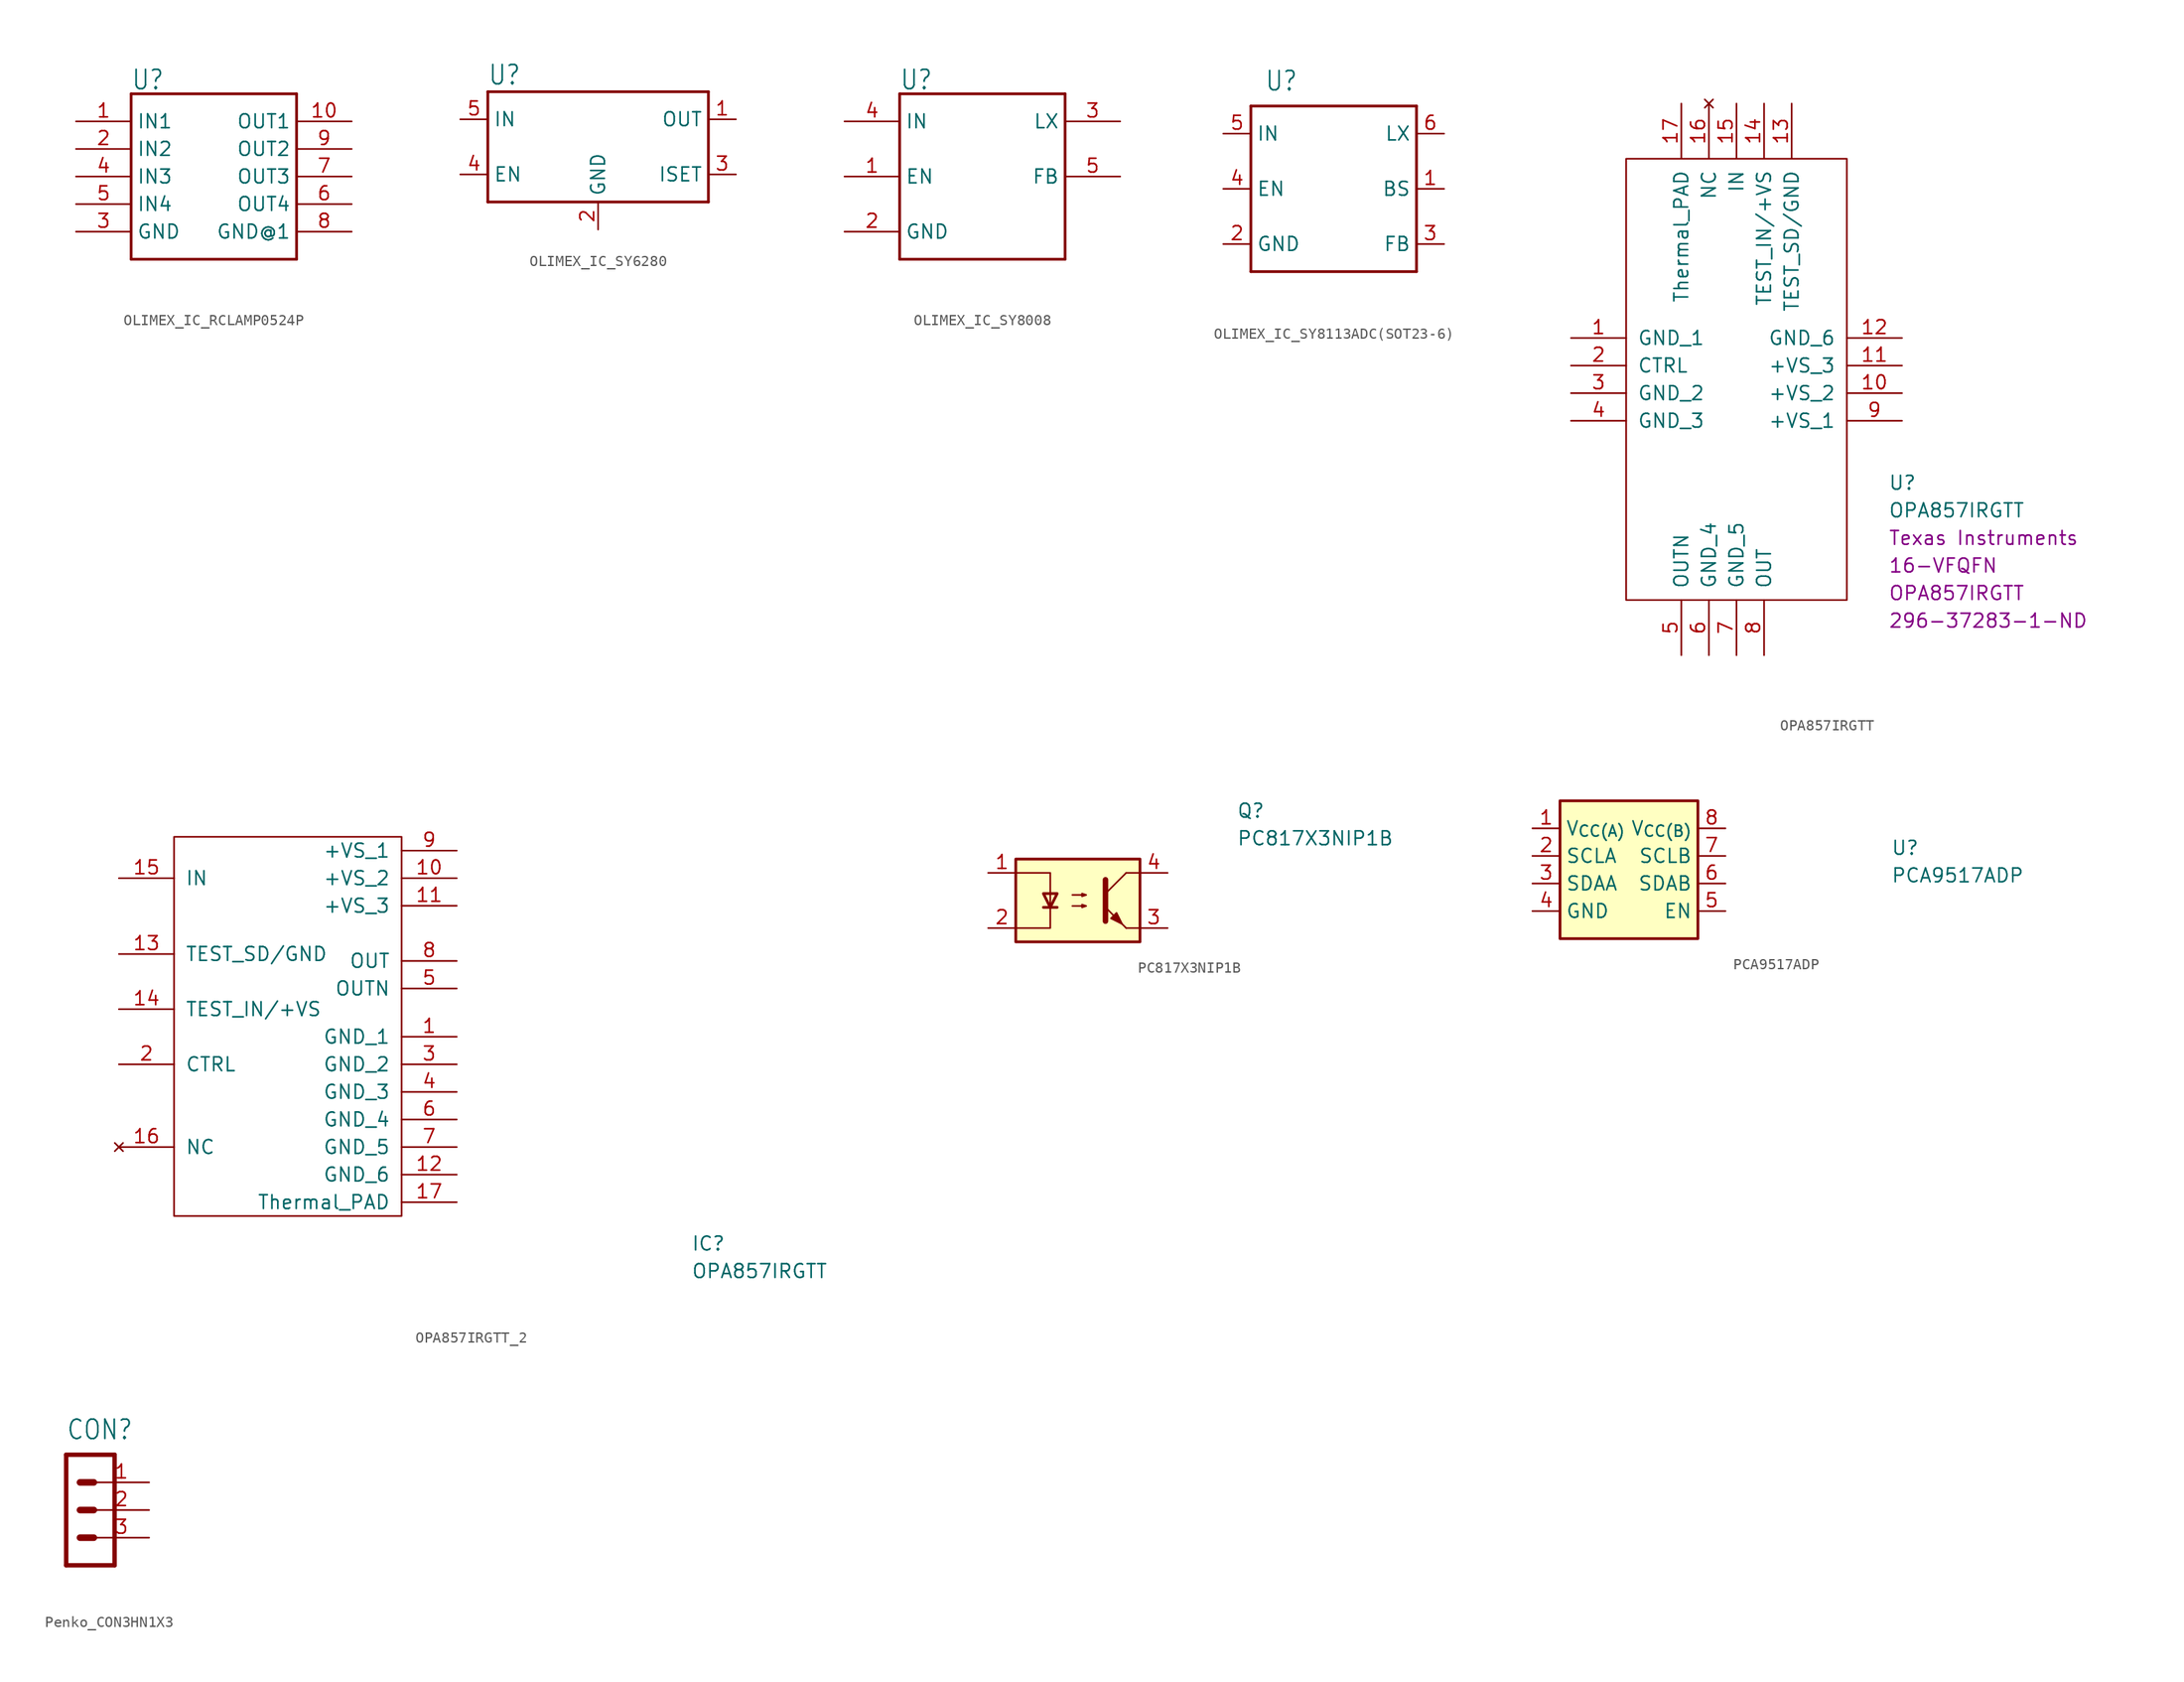
<source format=kicad_sym>
(kicad_symbol_lib
  (version 20231120)
  (generator "kicad_symbol_editor")
  (generator_version "8.0")
  (symbol "OLIMEX_IC_RCLAMP0524P"
    (property "Reference" "U"
      (at -7.62 7.874 0)
      (effects (font (size 1.778 1.511)) (justify left bottom)))
    (property "Value" ""
      (at -7.62 -10.16 0)
      (effects (font (size 1.778 1.511)) (justify left bottom)))
    (property "ki_locked" ""
      (at 0 0 0)
      (effects (font (size 1.27 1.27))))
    (symbol "OLIMEX_IC_RCLAMP0524P_1_0"
      (polyline (pts (xy -7.62 -7.62) (xy 7.62 -7.62)) (stroke (width 0.254) (type solid)) (fill (type none)))
      (polyline (pts (xy -7.62 7.62) (xy -7.62 -7.62)) (stroke (width 0.254) (type solid)) (fill (type none)))
      (polyline (pts (xy 7.62 -7.62) (xy 7.62 7.62)) (stroke (width 0.254) (type solid)) (fill (type none)))
      (polyline (pts (xy 7.62 7.62) (xy -7.62 7.62)) (stroke (width 0.254) (type solid)) (fill (type none)))
      (pin bidirectional line (at -12.7 5.08 0) (length 5.08) (name "IN1" (effects (font (size 1.27 1.27)))) (number "1" (effects (font (size 1.27 1.27)))))
      (pin bidirectional line (at 12.7 5.08 180) (length 5.08) (name "OUT1" (effects (font (size 1.27 1.27)))) (number "10" (effects (font (size 1.27 1.27)))))
      (pin bidirectional line (at -12.7 2.54 0) (length 5.08) (name "IN2" (effects (font (size 1.27 1.27)))) (number "2" (effects (font (size 1.27 1.27)))))
      (pin bidirectional line (at -12.7 -5.08 0) (length 5.08) (name "GND" (effects (font (size 1.27 1.27)))) (number "3" (effects (font (size 1.27 1.27)))))
      (pin bidirectional line (at -12.7 0 0) (length 5.08) (name "IN3" (effects (font (size 1.27 1.27)))) (number "4" (effects (font (size 1.27 1.27)))))
      (pin bidirectional line (at -12.7 -2.54 0) (length 5.08) (name "IN4" (effects (font (size 1.27 1.27)))) (number "5" (effects (font (size 1.27 1.27)))))
      (pin bidirectional line (at 12.7 -2.54 180) (length 5.08) (name "OUT4" (effects (font (size 1.27 1.27)))) (number "6" (effects (font (size 1.27 1.27)))))
      (pin bidirectional line (at 12.7 0 180) (length 5.08) (name "OUT3" (effects (font (size 1.27 1.27)))) (number "7" (effects (font (size 1.27 1.27)))))
      (pin bidirectional line (at 12.7 -5.08 180) (length 5.08) (name "GND@1" (effects (font (size 1.27 1.27)))) (number "8" (effects (font (size 1.27 1.27)))))
      (pin bidirectional line (at 12.7 2.54 180) (length 5.08) (name "OUT2" (effects (font (size 1.27 1.27)))) (number "9" (effects (font (size 1.27 1.27)))))))
  (symbol "OLIMEX_IC_SY6280"
    (property "Reference" "U"
      (at -10.16 0.508 0)
      (effects (font (size 1.778 1.511)) (justify left bottom)))
    (property "Value" ""
      (at -10.16 -12.7 0)
      (effects (font (size 1.778 1.511)) (justify left bottom)))
    (property "ki_locked" ""
      (at 0 0 0)
      (effects (font (size 1.27 1.27))))
    (symbol "OLIMEX_IC_SY6280_1_0"
      (polyline (pts (xy -10.16 -10.16) (xy 10.16 -10.16)) (stroke (width 0.254) (type solid)) (fill (type none)))
      (polyline (pts (xy -10.16 0) (xy -10.16 -10.16)) (stroke (width 0.254) (type solid)) (fill (type none)))
      (polyline (pts (xy 10.16 -10.16) (xy 10.16 0)) (stroke (width 0.254) (type solid)) (fill (type none)))
      (polyline (pts (xy 10.16 0) (xy -10.16 0)) (stroke (width 0.254) (type solid)) (fill (type none)))
      (pin bidirectional line (at 12.7 -2.54 180) (length 2.54) (name "OUT" (effects (font (size 1.27 1.27)))) (number "1" (effects (font (size 1.27 1.27)))))
      (pin power_in line (at 0 -12.7 90) (length 2.54) (name "GND" (effects (font (size 1.27 1.27)))) (number "2" (effects (font (size 1.27 1.27)))))
      (pin bidirectional line (at 12.7 -7.62 180) (length 2.54) (name "ISET" (effects (font (size 1.27 1.27)))) (number "3" (effects (font (size 1.27 1.27)))))
      (pin bidirectional line (at -12.7 -7.62 0) (length 2.54) (name "EN" (effects (font (size 1.27 1.27)))) (number "4" (effects (font (size 1.27 1.27)))))
      (pin power_in line (at -12.7 -2.54 0) (length 2.54) (name "IN" (effects (font (size 1.27 1.27)))) (number "5" (effects (font (size 1.27 1.27)))))))
  (symbol "OLIMEX_IC_SY8008"
    (property "Reference" "U"
      (at -7.62 7.874 0)
      (effects (font (size 1.778 1.511)) (justify left bottom)))
    (property "Value" ""
      (at -7.62 -10.16 0)
      (effects (font (size 1.778 1.511)) (justify left bottom)))
    (property "ki_locked" ""
      (at 0 0 0)
      (effects (font (size 1.27 1.27))))
    (symbol "OLIMEX_IC_SY8008_1_0"
      (polyline (pts (xy -7.62 -7.62) (xy 7.62 -7.62)) (stroke (width 0.254) (type solid)) (fill (type none)))
      (polyline (pts (xy -7.62 7.62) (xy -7.62 -7.62)) (stroke (width 0.254) (type solid)) (fill (type none)))
      (polyline (pts (xy 7.62 -7.62) (xy 7.62 7.62)) (stroke (width 0.254) (type solid)) (fill (type none)))
      (polyline (pts (xy 7.62 7.62) (xy -7.62 7.62)) (stroke (width 0.254) (type solid)) (fill (type none)))
      (pin bidirectional line (at -12.7 0 0) (length 5.08) (name "EN" (effects (font (size 1.27 1.27)))) (number "1" (effects (font (size 1.27 1.27)))))
      (pin bidirectional line (at -12.7 -5.08 0) (length 5.08) (name "GND" (effects (font (size 1.27 1.27)))) (number "2" (effects (font (size 1.27 1.27)))))
      (pin bidirectional line (at 12.7 5.08 180) (length 5.08) (name "LX" (effects (font (size 1.27 1.27)))) (number "3" (effects (font (size 1.27 1.27)))))
      (pin bidirectional line (at -12.7 5.08 0) (length 5.08) (name "IN" (effects (font (size 1.27 1.27)))) (number "4" (effects (font (size 1.27 1.27)))))
      (pin bidirectional line (at 12.7 0 180) (length 5.08) (name "FB" (effects (font (size 1.27 1.27)))) (number "5" (effects (font (size 1.27 1.27)))))))
  (symbol "OLIMEX_IC_SY8113ADC(SOT23-6)"
    (property "Reference" "U"
      (at -6.35 8.89 0)
      (effects (font (size 1.778 1.511)) (justify left bottom)))
    (property "Value" ""
      (at -6.35 -10.16 0)
      (effects (font (size 1.778 1.511)) (justify left bottom)))
    (property "ki_locked" ""
      (at 0 0 0)
      (effects (font (size 1.27 1.27))))
    (symbol "OLIMEX_IC_SY8113ADC(SOT23-6)_1_0"
      (polyline (pts (xy -7.62 -7.62) (xy 7.62 -7.62)) (stroke (width 0.254) (type solid)) (fill (type none)))
      (polyline (pts (xy -7.62 7.62) (xy -7.62 -7.62)) (stroke (width 0.254) (type solid)) (fill (type none)))
      (polyline (pts (xy 7.62 -7.62) (xy 7.62 7.62)) (stroke (width 0.254) (type solid)) (fill (type none)))
      (polyline (pts (xy 7.62 7.62) (xy -7.62 7.62)) (stroke (width 0.254) (type solid)) (fill (type none)))
      (pin input line (at 10.16 0 180) (length 2.54) (name "BS" (effects (font (size 1.27 1.27)))) (number "1" (effects (font (size 1.27 1.27)))))
      (pin power_in line (at -10.16 -5.08 0) (length 2.54) (name "GND" (effects (font (size 1.27 1.27)))) (number "2" (effects (font (size 1.27 1.27)))))
      (pin input line (at 10.16 -5.08 180) (length 2.54) (name "FB" (effects (font (size 1.27 1.27)))) (number "3" (effects (font (size 1.27 1.27)))))
      (pin input line (at -10.16 0 0) (length 2.54) (name "EN" (effects (font (size 1.27 1.27)))) (number "4" (effects (font (size 1.27 1.27)))))
      (pin input line (at -10.16 5.08 0) (length 2.54) (name "IN" (effects (font (size 1.27 1.27)))) (number "5" (effects (font (size 1.27 1.27)))))
      (pin output line (at 10.16 5.08 180) (length 2.54) (name "LX" (effects (font (size 1.27 1.27)))) (number "6" (effects (font (size 1.27 1.27)))))))
  (symbol "OPA857IRGTT"
    (pin_names
      (offset 1.016))
    (property "Reference" "U"
      (at 13.97 -9.525 0)
      (effects (font (size 1.27 1.27)) (justify left)))
    (property "Value" "OPA857IRGTT"
      (at 13.97 -12.065 0)
      (effects (font (size 1.27 1.27)) (justify left)))
    (property "Chip Set" "16-VFQFN"
      (at 13.97 -17.145 0)
      (effects (font (size 1.27 1.27)) (justify left)))
    (property "Manufacturer" "Texas Instruments"
      (at 13.97 -14.605 0)
      (effects (font (size 1.27 1.27)) (justify left)))
    (property "MPN" "OPA857IRGTT"
      (at 13.97 -19.685 0)
      (effects (font (size 1.27 1.27)) (justify left)))
    (property "Digi-Key_PN" "296-37283-1-ND"
      (at 13.97 -22.225 0)
      (effects (font (size 1.27 1.27)) (justify left)))
    (symbol "OPA857IRGTT_1_1"
      (polyline (pts (xy -10.16 20.32) (xy 10.16 20.32) (xy 10.16 -20.32) (xy -10.16 -20.32) (xy -10.16 20.32)) (stroke (width 0.152) (type solid)) (fill (type none)))
      (pin power_in line (at -15.24 3.81 0) (length 5.08) (name "GND_1" (effects (font (size 1.27 1.27)))) (number "1" (effects (font (size 1.27 1.27)))))
      (pin unspecified line (at 15.24 -1.27 180) (length 5.08) (name "+VS_2" (effects (font (size 1.27 1.27)))) (number "10" (effects (font (size 1.27 1.27)))))
      (pin unspecified line (at 15.24 1.27 180) (length 5.08) (name "+VS_3" (effects (font (size 1.27 1.27)))) (number "11" (effects (font (size 1.27 1.27)))))
      (pin power_in line (at 15.24 3.81 180) (length 5.08) (name "GND_6" (effects (font (size 1.27 1.27)))) (number "12" (effects (font (size 1.27 1.27)))))
      (pin power_in line (at 5.08 25.4 270) (length 5.08) (name "TEST_SD/GND" (effects (font (size 1.27 1.27)))) (number "13" (effects (font (size 1.27 1.27)))))
      (pin input line (at 2.54 25.4 270) (length 5.08) (name "TEST_IN/+VS" (effects (font (size 1.27 1.27)))) (number "14" (effects (font (size 1.27 1.27)))))
      (pin input line (at 0 25.4 270) (length 5.08) (name "IN" (effects (font (size 1.27 1.27)))) (number "15" (effects (font (size 1.27 1.27)))))
      (pin no_connect line (at -2.54 25.4 270) (length 5.08) (name "NC" (effects (font (size 1.27 1.27)))) (number "16" (effects (font (size 1.27 1.27)))))
      (pin unspecified line (at -5.08 25.4 270) (length 5.08) (name "Thermal_PAD" (effects (font (size 1.27 1.27)))) (number "17" (effects (font (size 1.27 1.27)))))
      (pin unspecified line (at -15.24 1.27 0) (length 5.08) (name "CTRL" (effects (font (size 1.27 1.27)))) (number "2" (effects (font (size 1.27 1.27)))))
      (pin power_in line (at -15.24 -1.27 0) (length 5.08) (name "GND_2" (effects (font (size 1.27 1.27)))) (number "3" (effects (font (size 1.27 1.27)))))
      (pin power_in line (at -15.24 -3.81 0) (length 5.08) (name "GND_3" (effects (font (size 1.27 1.27)))) (number "4" (effects (font (size 1.27 1.27)))))
      (pin output line (at -5.08 -25.4 90) (length 5.08) (name "OUTN" (effects (font (size 1.27 1.27)))) (number "5" (effects (font (size 1.27 1.27)))))
      (pin power_in line (at -2.54 -25.4 90) (length 5.08) (name "GND_4" (effects (font (size 1.27 1.27)))) (number "6" (effects (font (size 1.27 1.27)))))
      (pin power_in line (at 0 -25.4 90) (length 5.08) (name "GND_5" (effects (font (size 1.27 1.27)))) (number "7" (effects (font (size 1.27 1.27)))))
      (pin output line (at 2.54 -25.4 90) (length 5.08) (name "OUT" (effects (font (size 1.27 1.27)))) (number "8" (effects (font (size 1.27 1.27)))))
      (pin unspecified line (at 15.24 -3.81 180) (length 5.08) (name "+VS_1" (effects (font (size 1.27 1.27)))) (number "9" (effects (font (size 1.27 1.27)))))))
  (symbol "OPA857IRGTT_2"
    (pin_names
      (offset 1.016))
    (property "Reference" "IC"
      (at 34.925 -24.765 0)
      (effects (font (size 1.27 1.27)) (justify left)))
    (property "Value" "OPA857IRGTT"
      (at 34.925 -27.305 0)
      (effects (font (size 1.27 1.27)) (justify left)))
    (symbol "OPA857IRGTT_2_0_1"
      (rectangle (start 8.255 12.7) (end -12.7 -22.225) (stroke (width 0) (type default)) (fill (type none))))
    (symbol "OPA857IRGTT_2_1_1"
      (pin power_in line (at 13.335 -5.715 180) (length 5.08) (name "GND_1" (effects (font (size 1.27 1.27)))) (number "1" (effects (font (size 1.27 1.27)))))
      (pin unspecified line (at 13.335 8.89 180) (length 5.08) (name "+VS_2" (effects (font (size 1.27 1.27)))) (number "10" (effects (font (size 1.27 1.27)))))
      (pin unspecified line (at 13.335 6.35 180) (length 5.08) (name "+VS_3" (effects (font (size 1.27 1.27)))) (number "11" (effects (font (size 1.27 1.27)))))
      (pin power_in line (at 13.335 -18.415 180) (length 5.08) (name "GND_6" (effects (font (size 1.27 1.27)))) (number "12" (effects (font (size 1.27 1.27)))))
      (pin power_in line (at -17.78 1.905 0) (length 5.08) (name "TEST_SD/GND" (effects (font (size 1.27 1.27)))) (number "13" (effects (font (size 1.27 1.27)))))
      (pin input line (at -17.78 -3.175 0) (length 5.08) (name "TEST_IN/+VS" (effects (font (size 1.27 1.27)))) (number "14" (effects (font (size 1.27 1.27)))))
      (pin input line (at -17.78 8.89 0) (length 5.08) (name "IN" (effects (font (size 1.27 1.27)))) (number "15" (effects (font (size 1.27 1.27)))))
      (pin no_connect line (at -17.78 -15.875 0) (length 5.08) (name "NC" (effects (font (size 1.27 1.27)))) (number "16" (effects (font (size 1.27 1.27)))))
      (pin unspecified line (at 13.335 -20.955 180) (length 5.08) (name "Thermal_PAD" (effects (font (size 1.27 1.27)))) (number "17" (effects (font (size 1.27 1.27)))))
      (pin unspecified line (at -17.78 -8.255 0) (length 5.08) (name "CTRL" (effects (font (size 1.27 1.27)))) (number "2" (effects (font (size 1.27 1.27)))))
      (pin power_in line (at 13.335 -8.255 180) (length 5.08) (name "GND_2" (effects (font (size 1.27 1.27)))) (number "3" (effects (font (size 1.27 1.27)))))
      (pin power_in line (at 13.335 -10.795 180) (length 5.08) (name "GND_3" (effects (font (size 1.27 1.27)))) (number "4" (effects (font (size 1.27 1.27)))))
      (pin output line (at 13.335 -1.27 180) (length 5.08) (name "OUTN" (effects (font (size 1.27 1.27)))) (number "5" (effects (font (size 1.27 1.27)))))
      (pin power_in line (at 13.335 -13.335 180) (length 5.08) (name "GND_4" (effects (font (size 1.27 1.27)))) (number "6" (effects (font (size 1.27 1.27)))))
      (pin power_in line (at 13.335 -15.875 180) (length 5.08) (name "GND_5" (effects (font (size 1.27 1.27)))) (number "7" (effects (font (size 1.27 1.27)))))
      (pin output line (at 13.335 1.27 180) (length 5.08) (name "OUT" (effects (font (size 1.27 1.27)))) (number "8" (effects (font (size 1.27 1.27)))))
      (pin unspecified line (at 13.335 11.43 180) (length 5.08) (name "+VS_1" (effects (font (size 1.27 1.27)))) (number "9" (effects (font (size 1.27 1.27)))))))
  (symbol "PC817X3NIP1B"
    (pin_names
      (offset 0.762))
    (property "Reference" "Q"
      (at 15.24 8.255 0)
      (effects (font (size 1.27 1.27)) (justify left)))
    (property "Value" "PC817X3NIP1B"
      (at 15.24 5.715 0)
      (effects (font (size 1.27 1.27)) (justify left)))
    (symbol "PC817X3NIP1B_0_1"
      (rectangle (start -5.08 3.81) (end 6.35 -3.81) (stroke (width 0.254) (type default)) (fill (type background)))
      (polyline (pts (xy -2.54 -0.635) (xy -1.27 -0.635)) (stroke (width 0.254) (type default)) (fill (type none)))
      (polyline (pts (xy 3.175 0.635) (xy 5.08 2.54)) (stroke (width 0) (type default)) (fill (type none)))
      (polyline (pts (xy 5.08 -2.54) (xy 3.175 -0.635)) (stroke (width 0) (type default)) (fill (type outline)))
      (polyline (pts (xy 5.08 -2.54) (xy 6.35 -2.54)) (stroke (width 0) (type default)) (fill (type none)))
      (polyline (pts (xy 5.08 2.54) (xy 6.35 2.54)) (stroke (width 0) (type default)) (fill (type none)))
      (polyline (pts (xy -5.08 2.54) (xy -1.905 2.54) (xy -1.905 -0.635)) (stroke (width 0) (type default)) (fill (type none)))
      (polyline (pts (xy -1.905 -0.635) (xy -1.905 -2.54) (xy -5.08 -2.54)) (stroke (width 0) (type default)) (fill (type none)))
      (polyline (pts (xy 3.175 1.905) (xy 3.175 -1.905) (xy 3.175 -1.905)) (stroke (width 0.508) (type default)) (fill (type none)))
      (polyline (pts (xy -1.905 -0.635) (xy -2.54 0.635) (xy -1.27 0.635) (xy -1.905 -0.635)) (stroke (width 0.254) (type default)) (fill (type none)))
      (polyline (pts (xy 0.127 -0.508) (xy 1.397 -0.508) (xy 1.016 -0.635) (xy 1.016 -0.381) (xy 1.397 -0.508)) (stroke (width 0) (type default)) (fill (type none)))
      (polyline (pts (xy 0.127 0.508) (xy 1.397 0.508) (xy 1.016 0.381) (xy 1.016 0.635) (xy 1.397 0.508)) (stroke (width 0) (type default)) (fill (type none)))
      (polyline (pts (xy 3.683 -1.651) (xy 4.191 -1.143) (xy 4.699 -2.159) (xy 3.683 -1.651) (xy 3.683 -1.651)) (stroke (width 0) (type default)) (fill (type outline))))
    (symbol "PC817X3NIP1B_1_1"
      (pin passive line (at -7.62 2.54 0) (length 2.54) (name "~" (effects (font (size 1.27 1.27)))) (number "1" (effects (font (size 1.27 1.27)))))
      (pin passive line (at -7.62 -2.54 0) (length 2.54) (name "~" (effects (font (size 1.27 1.27)))) (number "2" (effects (font (size 1.27 1.27)))))
      (pin passive line (at 8.89 -2.54 180) (length 2.54) (name "~" (effects (font (size 1.27 1.27)))) (number "3" (effects (font (size 1.27 1.27)))))
      (pin passive line (at 8.89 2.54 180) (length 2.54) (name "~" (effects (font (size 1.27 1.27)))) (number "4" (effects (font (size 1.27 1.27)))))))
  (symbol "PCA9517ADP"
    (property "Reference" "U"
      (at 33.02 -2.54 0)
      (effects (font (size 1.27 1.27) (thickness 0.15)) (justify left bottom)))
    (property "Value" "PCA9517ADP"
      (at 33.02 -5.08 0)
      (effects (font (size 1.27 1.27) (thickness 0.15)) (justify left bottom)))
    (symbol "PCA9517ADP_1_1"
      (rectangle (start 15.24 2.54) (end 2.54 -10.16) (stroke (width 0.254) (type default)) (fill (type background)))
      (pin power_in line (at 0 0 0) (length 2.54) (name "V_{CC(A)}" (effects (font (size 1.27 1.27)))) (number "1" (effects (font (size 1.27 1.27)))))
      (pin input line (at 0 -2.54 0) (length 2.54) (name "SCLA" (effects (font (size 1.27 1.27)))) (number "2" (effects (font (size 1.27 1.27)))))
      (pin bidirectional line (at 0 -5.08 0) (length 2.54) (name "SDAA" (effects (font (size 1.27 1.27)))) (number "3" (effects (font (size 1.27 1.27)))))
      (pin power_in line (at 0 -7.62 0) (length 2.54) (name "GND" (effects (font (size 1.27 1.27)))) (number "4" (effects (font (size 1.27 1.27)))))
      (pin input line (at 17.78 -7.62 180) (length 2.54) (name "EN" (effects (font (size 1.27 1.27)))) (number "5" (effects (font (size 1.27 1.27)))))
      (pin bidirectional line (at 17.78 -5.08 180) (length 2.54) (name "SDAB" (effects (font (size 1.27 1.27)))) (number "6" (effects (font (size 1.27 1.27)))))
      (pin input line (at 17.78 -2.54 180) (length 2.54) (name "SCLB" (effects (font (size 1.27 1.27)))) (number "7" (effects (font (size 1.27 1.27)))))
      (pin power_in line (at 17.78 0 180) (length 2.54) (name "V_{CC(B)}" (effects (font (size 1.27 1.27)))) (number "8" (effects (font (size 1.27 1.27)))))))
  (symbol "Penko_CON3HN1X3"
    (property "Reference" "CON"
      (at -2.54 6.35 0)
      (effects (font (size 1.778 1.511)) (justify left bottom)))
    (property "Value" ""
      (at -2.54 -7.62 0)
      (effects (font (size 1.778 1.511)) (justify left bottom)))
    (property "ki_locked" ""
      (at 0 0 0)
      (effects (font (size 1.27 1.27))))
    (symbol "Penko_CON3HN1X3_1_0"
      (polyline (pts (xy -2.54 -5.08) (xy -2.54 5.08)) (stroke (width 0.406) (type solid)) (fill (type none)))
      (polyline (pts (xy -2.54 -5.08) (xy 1.905 -5.08)) (stroke (width 0.406) (type solid)) (fill (type none)))
      (polyline (pts (xy -1.27 -2.54) (xy 0 -2.54)) (stroke (width 0.61) (type solid)) (fill (type none)))
      (polyline (pts (xy -1.27 0) (xy 0 0)) (stroke (width 0.61) (type solid)) (fill (type none)))
      (polyline (pts (xy -1.27 2.54) (xy 0 2.54)) (stroke (width 0.61) (type solid)) (fill (type none)))
      (polyline (pts (xy 1.905 5.08) (xy -2.54 5.08)) (stroke (width 0.406) (type solid)) (fill (type none)))
      (polyline (pts (xy 1.905 5.08) (xy 1.905 -5.08)) (stroke (width 0.406) (type solid)) (fill (type none)))
      (pin passive line (at 5.08 2.54 180) (length 5.08) (name "1" (effects (font (size 0 0)))) (number "1" (effects (font (size 1.27 1.27)))))
      (pin passive line (at 5.08 0 180) (length 5.08) (name "2" (effects (font (size 0 0)))) (number "2" (effects (font (size 1.27 1.27)))))
      (pin passive line (at 5.08 -2.54 180) (length 5.08) (name "3" (effects (font (size 0 0)))) (number "3" (effects (font (size 1.27 1.27))))))))
</source>
